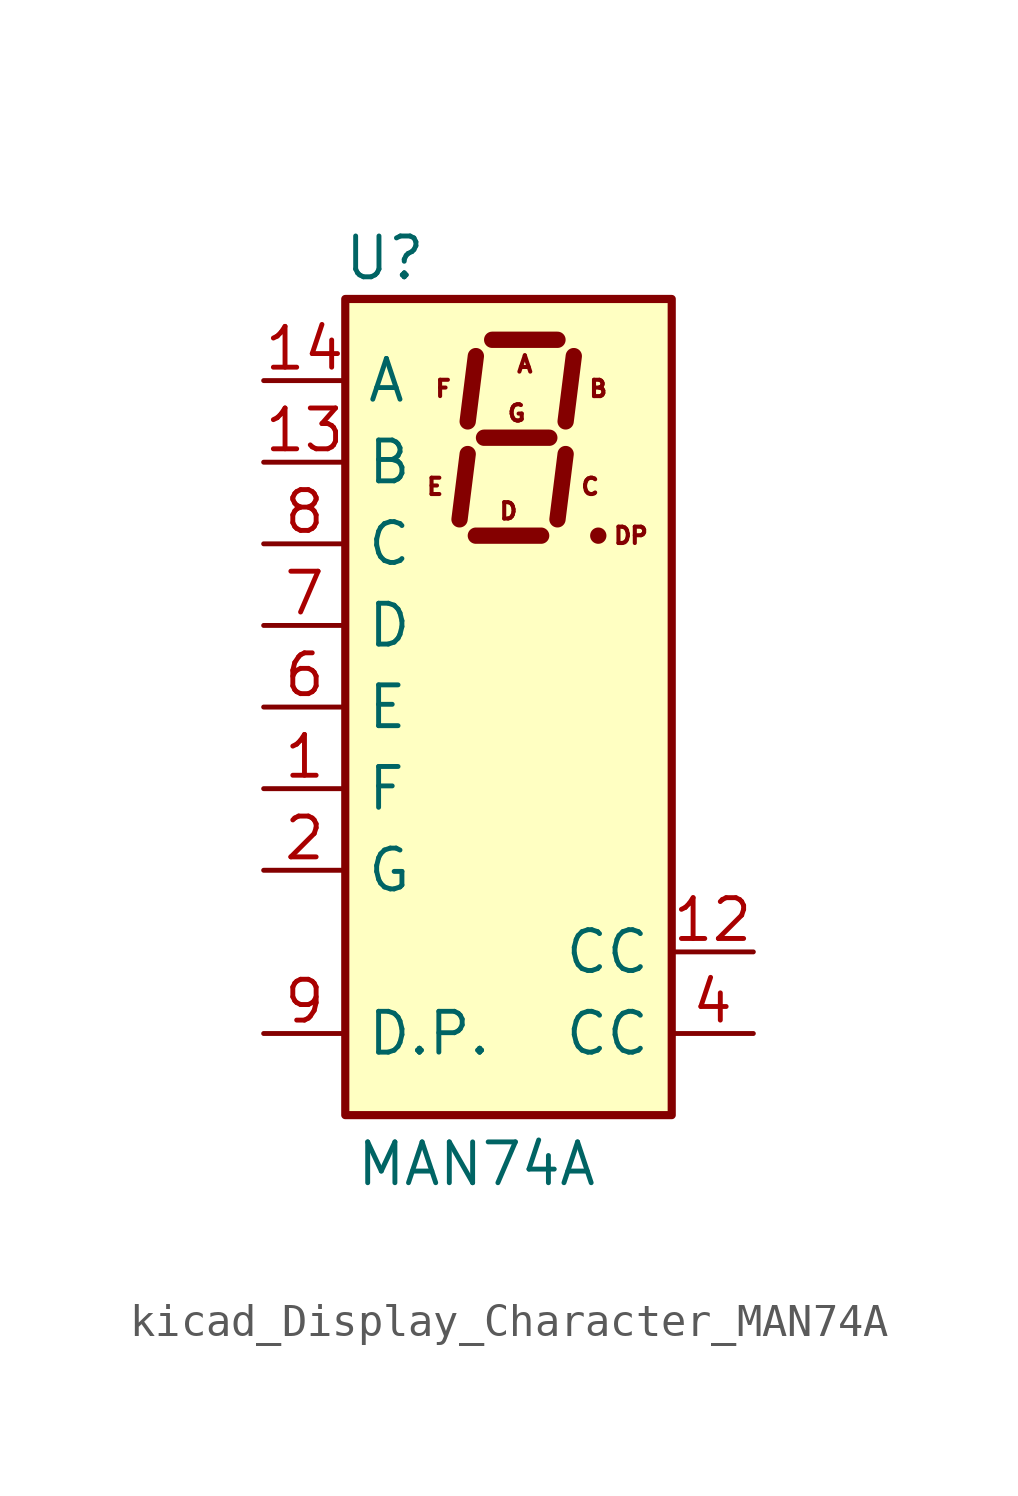
<source format=kicad_sym>
(kicad_symbol_lib
  (version 20220914)
  (generator kicad_symbol_editor)
  (symbol "kicad_Display_Character_MAN74A"
    (pin_names
      (offset 0.635))
    (property "Reference" "U"
      (at -2.54 13.97 0)
      (effects (font (size 1.27 1.27)) (justify right)))
    (property "Value" "MAN74A"
      (at 2.794 -14.224 0)
      (effects (font (size 1.27 1.27)) (justify right)))
    (symbol "kicad_Display_Character_MAN74A_0_0"
      (text "A" (at 0.508 10.668 0) (effects (font (size 0.508 0.508))))
      (text "B" (at 2.794 9.906 0) (effects (font (size 0.508 0.508))))
      (text "C" (at 2.54 6.858 0) (effects (font (size 0.508 0.508))))
      (text "D" (at 0 6.096 0) (effects (font (size 0.508 0.508))))
      (text "DP" (at 3.81 5.334 0) (effects (font (size 0.508 0.508))))
      (text "E" (at -2.286 6.858 0) (effects (font (size 0.508 0.508))))
      (text "F" (at -2.032 9.906 0) (effects (font (size 0.508 0.508))))
      (text "G" (at 0.254 9.144 0) (effects (font (size 0.508 0.508)))))
    (symbol "kicad_Display_Character_MAN74A_0_1"
      (rectangle (start -5.08 12.7) (end 5.08 -12.7) (stroke (width 0.254) (type default)) (fill (type background)))
      (polyline (pts (xy -1.27 7.874) (xy -1.524 5.842)) (stroke (width 0.508) (type default)) (fill (type none)))
      (polyline (pts (xy -1.016 5.334) (xy 1.016 5.334)) (stroke (width 0.508) (type default)) (fill (type none)))
      (polyline (pts (xy -1.016 10.922) (xy -1.27 8.89)) (stroke (width 0.508) (type default)) (fill (type none)))
      (polyline (pts (xy -0.762 8.382) (xy 1.27 8.382)) (stroke (width 0.508) (type default)) (fill (type none)))
      (polyline (pts (xy -0.508 11.43) (xy 1.524 11.43)) (stroke (width 0.508) (type default)) (fill (type none)))
      (polyline (pts (xy 1.778 7.874) (xy 1.524 5.842)) (stroke (width 0.508) (type default)) (fill (type none)))
      (polyline (pts (xy 2.032 10.922) (xy 1.778 8.89)) (stroke (width 0.508) (type default)) (fill (type none)))
      (polyline (pts (xy 2.794 5.334) (xy 2.794 5.334)) (stroke (width 0.508) (type default)) (fill (type none))))
    (symbol "kicad_Display_Character_MAN74A_1_1"
      (pin input line (at -7.62 -2.54 0) (length 2.54) (name "F" (effects (font (size 1.27 1.27)))) (number "1" (effects (font (size 1.27 1.27)))))
      (pin no_connect line (at 5.08 -2.54 180) (length 2.54) hide (name "NC" (effects (font (size 1.27 1.27)))) (number "10" (effects (font (size 1.27 1.27)))))
      (pin no_connect line (at 5.08 -5.08 180) (length 2.54) hide (name "NC" (effects (font (size 1.27 1.27)))) (number "11" (effects (font (size 1.27 1.27)))))
      (pin input line (at 7.62 -7.62 180) (length 2.54) (name "CC" (effects (font (size 1.27 1.27)))) (number "12" (effects (font (size 1.27 1.27)))))
      (pin input line (at -7.62 7.62 0) (length 2.54) (name "B" (effects (font (size 1.27 1.27)))) (number "13" (effects (font (size 1.27 1.27)))))
      (pin input line (at -7.62 10.16 0) (length 2.54) (name "A" (effects (font (size 1.27 1.27)))) (number "14" (effects (font (size 1.27 1.27)))))
      (pin input line (at -7.62 -5.08 0) (length 2.54) (name "G" (effects (font (size 1.27 1.27)))) (number "2" (effects (font (size 1.27 1.27)))))
      (pin no_connect line (at 5.08 2.54 180) (length 2.54) hide (name "NC" (effects (font (size 1.27 1.27)))) (number "3" (effects (font (size 1.27 1.27)))))
      (pin input line (at 7.62 -10.16 180) (length 2.54) (name "CC" (effects (font (size 1.27 1.27)))) (number "4" (effects (font (size 1.27 1.27)))))
      (pin no_connect line (at 5.08 0 180) (length 2.54) hide (name "NC" (effects (font (size 1.27 1.27)))) (number "5" (effects (font (size 1.27 1.27)))))
      (pin input line (at -7.62 0 0) (length 2.54) (name "E" (effects (font (size 1.27 1.27)))) (number "6" (effects (font (size 1.27 1.27)))))
      (pin input line (at -7.62 2.54 0) (length 2.54) (name "D" (effects (font (size 1.27 1.27)))) (number "7" (effects (font (size 1.27 1.27)))))
      (pin input line (at -7.62 5.08 0) (length 2.54) (name "C" (effects (font (size 1.27 1.27)))) (number "8" (effects (font (size 1.27 1.27)))))
      (pin input line (at -7.62 -10.16 0) (length 2.54) (name "D.P." (effects (font (size 1.27 1.27)))) (number "9" (effects (font (size 1.27 1.27))))))))
</source>
